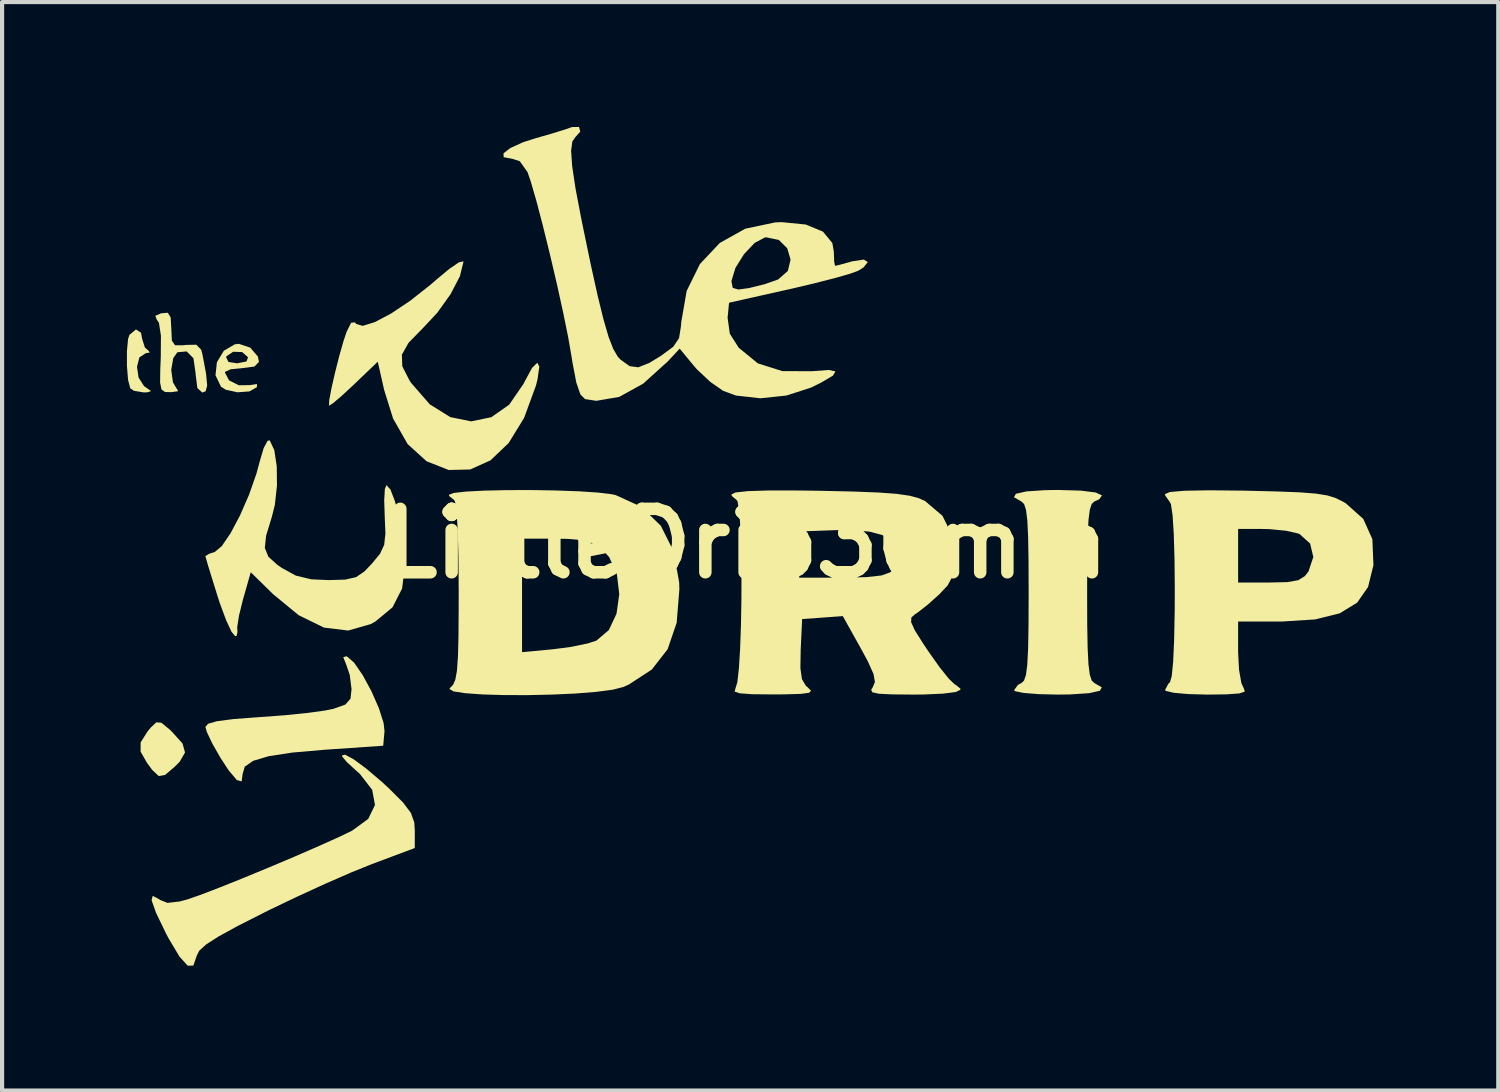
<source format=kicad_pcb>
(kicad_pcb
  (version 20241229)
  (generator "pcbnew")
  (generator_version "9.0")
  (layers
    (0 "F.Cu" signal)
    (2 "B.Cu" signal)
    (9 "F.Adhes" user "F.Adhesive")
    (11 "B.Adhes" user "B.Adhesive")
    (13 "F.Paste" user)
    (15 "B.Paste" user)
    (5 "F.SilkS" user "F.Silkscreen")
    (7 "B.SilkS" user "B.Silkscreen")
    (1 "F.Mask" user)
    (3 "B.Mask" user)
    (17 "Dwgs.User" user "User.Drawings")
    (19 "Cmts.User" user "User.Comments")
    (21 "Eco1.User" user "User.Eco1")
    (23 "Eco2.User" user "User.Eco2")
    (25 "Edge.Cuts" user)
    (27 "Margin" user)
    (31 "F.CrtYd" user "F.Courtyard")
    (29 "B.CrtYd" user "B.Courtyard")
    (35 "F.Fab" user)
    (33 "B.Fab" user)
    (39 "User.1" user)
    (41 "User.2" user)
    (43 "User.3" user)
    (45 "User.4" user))
  (footprint "LittleDrip30mm"
    (layer "F.Cu")
    (at 14.878 10.011)
    (property "Reference" "LittleDrip30mm" (at 0 0 0) (layer "F.SilkS") (effects (font (size 1.524 1.524) (thickness 0.3))))
    (attr board_only exclude_from_pos_files exclude_from_bom)
    (fp_poly (pts (xy -14.05 4.305) (xy -13.858 4.463) (xy -13.792 4.526) (xy -13.542 4.804) (xy -13.482 5.02) (xy -13.609 5.24) (xy -13.732 5.364) (xy -13.959 5.558) (xy -14.113 5.587) (xy -14.271 5.439) (xy -14.397 5.268) (xy -14.55 4.999) (xy -14.548 4.776) (xy -14.38 4.511) (xy -14.301 4.416) (xy -14.172 4.295)) (stroke (width 0) (type solid)) (fill yes) (layer "F.SilkS"))
    (fp_poly (pts (xy -14.54 -5.066) (xy -14.514 -4.926) (xy -14.447 -4.711) (xy -14.368 -4.642) (xy -14.327 -4.591) (xy -14.426 -4.574) (xy -14.579 -4.473) (xy -14.636 -4.248) (xy -14.598 -3.988) (xy -14.466 -3.782) (xy -14.426 -3.755) (xy -14.298 -3.664) (xy -14.381 -3.635) (xy -14.478 -3.632) (xy -14.71 -3.671) (xy -14.799 -3.732) (xy -14.851 -3.935) (xy -14.878 -4.266) (xy -14.878 -4.627) (xy -14.85 -4.917) (xy -14.818 -5.015) (xy -14.661 -5.145)) (stroke (width 0) (type solid)) (fill yes) (layer "F.SilkS"))
    (fp_poly (pts (xy -11.915 -4.708) (xy -11.732 -4.494) (xy -11.705 -4.366) (xy -11.813 -4.254) (xy -12.113 -4.214) (xy -12.115 -4.214) (xy -12.386 -4.188) (xy -12.521 -4.125) (xy -12.524 -4.111) (xy -12.424 -3.921) (xy -12.191 -3.804) (xy -11.93 -3.807) (xy -11.752 -3.834) (xy -11.756 -3.758) (xy -11.935 -3.656) (xy -12.221 -3.635) (xy -12.501 -3.695) (xy -12.618 -3.769) (xy -12.75 -4.043) (xy -12.716 -4.358) (xy -12.644 -4.477) (xy -12.495 -4.477) (xy -12.438 -4.363) (xy -12.232 -4.331) (xy -12.004 -4.376) (xy -11.968 -4.477) (xy -12.109 -4.601) (xy -12.324 -4.609) (xy -12.484 -4.503) (xy -12.495 -4.477) (xy -12.644 -4.477) (xy -12.55 -4.633) (xy -12.286 -4.788) (xy -12.188 -4.799)) (stroke (width 0) (type solid)) (fill yes) (layer "F.SilkS"))
    (fp_poly (pts (xy -9.588 2.715) (xy -9.419 2.862) (xy -9.212 3.163) (xy -9.002 3.55) (xy -8.824 3.956) (xy -8.711 4.311) (xy -8.689 4.506) (xy -8.72 4.858) (xy -10.125 4.954) (xy -10.905 5.022) (xy -11.471 5.109) (xy -11.845 5.22) (xy -12.047 5.361) (xy -12.098 5.536) (xy -12.122 5.715) (xy -12.237 5.683) (xy -12.437 5.445) (xy -12.631 5.148) (xy -12.827 4.805) (xy -12.958 4.527) (xy -12.993 4.405) (xy -12.927 4.329) (xy -12.711 4.268) (xy -12.318 4.217) (xy -11.719 4.172) (xy -11.676 4.169) (xy -11.094 4.126) (xy -10.555 4.071) (xy -10.126 4.013) (xy -9.92 3.972) (xy -9.63 3.869) (xy -9.506 3.727) (xy -9.481 3.499) (xy -9.524 3.156) (xy -9.61 2.905) (xy -9.68 2.731) (xy -9.608 2.709)) (stroke (width 0) (type solid)) (fill yes) (layer "F.SilkS"))
    (fp_poly (pts (xy -13.827 -5.435) (xy -13.812 -5.16) (xy -13.798 -4.875) (xy -13.721 -4.764) (xy -13.525 -4.765) (xy -13.466 -4.773) (xy -13.211 -4.778) (xy -13.094 -4.658) (xy -13.064 -4.548) (xy -12.976 -4.079) (xy -12.95 -3.797) (xy -12.986 -3.66) (xy -13.067 -3.629) (xy -13.185 -3.735) (xy -13.227 -4.058) (xy -13.227 -4.084) (xy -13.28 -4.453) (xy -13.443 -4.617) (xy -13.666 -4.597) (xy -13.765 -4.456) (xy -13.812 -4.184) (xy -13.812 -4.155) (xy -13.772 -3.873) (xy -13.676 -3.711) (xy -13.666 -3.706) (xy -13.651 -3.66) (xy -13.812 -3.638) (xy -13.963 -3.642) (xy -14.048 -3.703) (xy -14.081 -3.868) (xy -14.077 -4.189) (xy -14.065 -4.464) (xy -14.061 -4.993) (xy -14.109 -5.305) (xy -14.163 -5.384) (xy -14.196 -5.472) (xy -14.056 -5.533) (xy -13.896 -5.546)) (stroke (width 0) (type solid)) (fill yes) (layer "F.SilkS"))
    (fp_poly (pts (xy 8.044 -1.272) (xy 8.401 -1.227) (xy 8.551 -1.156) (xy 8.483 -1.063) (xy 8.369 -1.011) (xy 8.305 -0.953) (xy 8.259 -0.816) (xy 8.227 -0.568) (xy 8.207 -0.179) (xy 8.196 0.382) (xy 8.194 1.146) (xy 8.194 1.171) (xy 8.196 1.94) (xy 8.206 2.506) (xy 8.226 2.9) (xy 8.258 3.152) (xy 8.304 3.292) (xy 8.367 3.351) (xy 8.369 3.352) (xy 8.546 3.455) (xy 8.5 3.537) (xy 8.243 3.595) (xy 7.783 3.625) (xy 7.491 3.629) (xy 7.027 3.618) (xy 6.668 3.589) (xy 6.464 3.547) (xy 6.438 3.524) (xy 6.531 3.396) (xy 6.613 3.352) (xy 6.677 3.294) (xy 6.724 3.157) (xy 6.756 2.909) (xy 6.776 2.52) (xy 6.786 1.959) (xy 6.789 1.195) (xy 6.789 1.171) (xy 6.786 0.401) (xy 6.776 -0.165) (xy 6.757 -0.559) (xy 6.725 -0.811) (xy 6.679 -0.951) (xy 6.615 -1.01) (xy 6.613 -1.011) (xy 6.436 -1.114) (xy 6.482 -1.196) (xy 6.74 -1.254) (xy 7.199 -1.284) (xy 7.491 -1.288)) (stroke (width 0) (type solid)) (fill yes) (layer "F.SilkS"))
    (fp_poly (pts (xy -9.425 5.187) (xy -9.115 5.417) (xy -8.741 5.736) (xy -8.577 5.888) (xy -8.244 6.221) (xy -8.056 6.47) (xy -7.974 6.698) (xy -7.961 6.894) (xy -7.962 7.316) (xy -8.985 7.699) (xy -9.479 7.898) (xy -10.107 8.172) (xy -10.794 8.487) (xy -11.466 8.809) (xy -11.588 8.87) (xy -12.226 9.194) (xy -12.678 9.442) (xy -12.973 9.631) (xy -13.139 9.781) (xy -13.204 9.909) (xy -13.206 9.92) (xy -13.282 10.141) (xy -13.418 10.143) (xy -13.617 9.923) (xy -13.88 9.481) (xy -13.941 9.365) (xy -14.179 8.872) (xy -14.285 8.572) (xy -14.259 8.464) (xy -14.101 8.548) (xy -14.082 8.563) (xy -13.902 8.634) (xy -13.61 8.6) (xy -13.428 8.551) (xy -13.124 8.446) (xy -12.66 8.268) (xy -12.086 8.038) (xy -11.456 7.778) (xy -10.822 7.51) (xy -10.237 7.255) (xy -9.753 7.037) (xy -9.466 6.898) (xy -9.079 6.614) (xy -8.918 6.282) (xy -8.985 5.917) (xy -9.28 5.536) (xy -9.37 5.456) (xy -9.592 5.253) (xy -9.709 5.113) (xy -9.715 5.095) (xy -9.637 5.072)) (stroke (width 0) (type solid)) (fill yes) (layer "F.SilkS"))
    (fp_poly (pts (xy -6.792 -6.769) (xy -6.878 -6.422) (xy -7.102 -5.992) (xy -7.421 -5.546) (xy -7.766 -5.177) (xy -8.111 -4.825) (xy -8.272 -4.538) (xy -8.261 -4.258) (xy -8.091 -3.924) (xy -8.044 -3.854) (xy -7.6 -3.345) (xy -7.11 -3.039) (xy -6.607 -2.936) (xy -6.124 -3.036) (xy -5.693 -3.337) (xy -5.347 -3.841) (xy -5.329 -3.879) (xy -5.143 -4.222) (xy -5.018 -4.345) (xy -4.969 -4.251) (xy -5.012 -3.946) (xy -5.051 -3.793) (xy -5.335 -3.019) (xy -5.705 -2.417) (xy -6.142 -2) (xy -6.629 -1.78) (xy -7.148 -1.768) (xy -7.679 -1.978) (xy -8.133 -2.39) (xy -8.483 -3.004) (xy -8.697 -3.689) (xy -8.851 -4.37) (xy -9.421 -3.824) (xy -9.711 -3.555) (xy -9.927 -3.372) (xy -10.023 -3.312) (xy -10.023 -3.312) (xy -10.018 -3.438) (xy -9.965 -3.723) (xy -9.879 -4.101) (xy -9.777 -4.505) (xy -9.673 -4.869) (xy -9.6 -5.088) (xy -9.49 -5.307) (xy -9.398 -5.314) (xy -9.371 -5.278) (xy -9.214 -5.231) (xy -8.921 -5.321) (xy -8.527 -5.53) (xy -8.068 -5.837) (xy -7.58 -6.222) (xy -7.439 -6.345) (xy -7.131 -6.601) (xy -6.903 -6.756) (xy -6.795 -6.782)) (stroke (width 0) (type solid)) (fill yes) (layer "F.SilkS"))
    (fp_poly (pts (xy -11.337 -2.244) (xy -11.278 -1.855) (xy -11.273 -1.39) (xy -11.324 -0.927) (xy -11.398 -0.634) (xy -11.534 -0.19) (xy -11.565 0.105) (xy -11.479 0.317) (xy -11.262 0.512) (xy -11.157 0.585) (xy -10.818 0.771) (xy -10.448 0.859) (xy -10.036 0.878) (xy -9.632 0.866) (xy -9.373 0.807) (xy -9.169 0.668) (xy -8.991 0.481) (xy -8.797 0.245) (xy -8.697 0.032) (xy -8.667 -0.241) (xy -8.684 -0.66) (xy -8.696 -1.042) (xy -8.68 -1.311) (xy -8.643 -1.405) (xy -8.546 -1.298) (xy -8.439 -1.019) (xy -8.336 -0.627) (xy -8.253 -0.183) (xy -8.202 0.253) (xy -8.194 0.474) (xy -8.265 1.078) (xy -8.496 1.531) (xy -8.908 1.873) (xy -9.017 1.934) (xy -9.562 2.09) (xy -10.143 2.019) (xy -10.751 1.722) (xy -11.365 1.217) (xy -11.903 0.689) (xy -12.093 1.357) (xy -12.185 1.73) (xy -12.229 2.013) (xy -12.221 2.124) (xy -12.244 2.219) (xy -12.278 2.224) (xy -12.365 2.12) (xy -12.494 1.843) (xy -12.641 1.446) (xy -12.695 1.282) (xy -12.83 0.848) (xy -12.934 0.51) (xy -12.988 0.321) (xy -12.993 0.3) (xy -12.897 0.243) (xy -12.771 0.204) (xy -12.6 0.063) (xy -12.388 -0.248) (xy -12.16 -0.678) (xy -11.944 -1.173) (xy -11.766 -1.681) (xy -11.686 -1.977) (xy -11.593 -2.292) (xy -11.499 -2.469) (xy -11.447 -2.481)) (stroke (width 0) (type solid)) (fill yes) (layer "F.SilkS"))
    (fp_poly (pts (xy -4.575 -1.276) (xy -4.022 -1.256) (xy -3.555 -1.225) (xy -3.22 -1.184) (xy -3.135 -1.165) (xy -2.518 -0.883) (xy -2.05 -0.428) (xy -1.744 0.183) (xy -1.609 0.931) (xy -1.604 1.102) (xy -1.669 1.904) (xy -1.886 2.539) (xy -2.266 3.027) (xy -2.822 3.389) (xy -2.952 3.447) (xy -3.208 3.512) (xy -3.607 3.564) (xy -4.108 3.604) (xy -4.672 3.629) (xy -5.259 3.642) (xy -5.828 3.64) (xy -6.34 3.625) (xy -6.754 3.595) (xy -7.031 3.552) (xy -7.13 3.493) (xy -7.111 3.466) (xy -7.038 3.389) (xy -6.985 3.262) (xy -6.948 3.052) (xy -6.925 2.726) (xy -6.921 2.609) (xy -5.384 2.609) (xy -4.643 2.54) (xy -4.197 2.481) (xy -3.804 2.399) (xy -3.597 2.332) (xy -3.299 2.079) (xy -3.114 1.685) (xy -3.048 1.218) (xy -3.104 0.744) (xy -3.287 0.331) (xy -3.448 0.15) (xy -3.662 0.001) (xy -3.917 -0.08) (xy -4.288 -0.113) (xy -4.572 -0.117) (xy -5.384 -0.117) (xy -5.384 2.609) (xy -6.921 2.609) (xy -6.912 2.251) (xy -6.907 1.594) (xy -6.906 1.128) (xy -6.912 0.305) (xy -6.93 -0.337) (xy -6.959 -0.784) (xy -6.998 -1.019) (xy -7.023 -1.053) (xy -7.137 -1.143) (xy -7.14 -1.171) (xy -7.031 -1.215) (xy -6.733 -1.249) (xy -6.293 -1.272) (xy -5.757 -1.284) (xy -5.169 -1.286)) (stroke (width 0) (type solid)) (fill yes) (layer "F.SilkS"))
    (fp_poly (pts (xy 11.929 -1.272) (xy 12.027 -1.27) (xy 12.76 -1.252) (xy 13.299 -1.231) (xy 13.687 -1.201) (xy 13.963 -1.157) (xy 14.169 -1.093) (xy 14.345 -1.005) (xy 14.413 -0.965) (xy 14.83 -0.591) (xy 15.048 -0.105) (xy 15.073 0.507) (xy 15.07 0.533) (xy 14.944 1.044) (xy 14.682 1.42) (xy 14.264 1.676) (xy 13.67 1.823) (xy 12.88 1.873) (xy 12.821 1.873) (xy 11.822 1.873) (xy 11.822 2.61) (xy 11.844 3.034) (xy 11.901 3.356) (xy 11.963 3.488) (xy 11.982 3.557) (xy 11.853 3.601) (xy 11.546 3.623) (xy 11.085 3.629) (xy 10.629 3.617) (xy 10.279 3.586) (xy 10.087 3.541) (xy 10.066 3.518) (xy 10.151 3.36) (xy 10.183 3.336) (xy 10.226 3.194) (xy 10.261 2.843) (xy 10.285 2.308) (xy 10.298 1.614) (xy 10.3 1.171) (xy 10.299 0.936) (xy 11.822 0.936) (xy 12.58 0.936) (xy 13.007 0.926) (xy 13.266 0.881) (xy 13.424 0.783) (xy 13.513 0.67) (xy 13.629 0.323) (xy 13.552 -0.000066) (xy 13.302 -0.226) (xy 13.262 -0.243) (xy 12.973 -0.308) (xy 12.576 -0.347) (xy 12.4 -0.351) (xy 11.822 -0.351) (xy 11.822 0.936) (xy 10.299 0.936) (xy 10.294 0.399) (xy 10.276 -0.227) (xy 10.247 -0.683) (xy 10.208 -0.944) (xy 10.183 -0.995) (xy 10.071 -1.154) (xy 10.066 -1.189) (xy 10.183 -1.239) (xy 10.532 -1.269) (xy 11.114 -1.28)) (stroke (width 0) (type solid)) (fill yes) (layer "F.SilkS"))
    (fp_poly (pts (xy 1.271 -1.275) (xy 1.785 -1.268) (xy 2.58 -1.25) (xy 3.178 -1.227) (xy 3.614 -1.195) (xy 3.926 -1.15) (xy 4.149 -1.09) (xy 4.3 -1.022) (xy 4.718 -0.667) (xy 4.966 -0.163) (xy 5.033 0.357) (xy 4.995 0.721) (xy 4.843 1.005) (xy 4.65 1.211) (xy 4.368 1.465) (xy 4.122 1.658) (xy 4.061 1.697) (xy 3.972 1.773) (xy 3.964 1.887) (xy 4.053 2.084) (xy 4.256 2.406) (xy 4.389 2.604) (xy 4.649 2.971) (xy 4.87 3.247) (xy 5.014 3.386) (xy 5.036 3.394) (xy 5.147 3.484) (xy 5.15 3.512) (xy 5.039 3.567) (xy 4.73 3.606) (xy 4.257 3.627) (xy 4.024 3.629) (xy 3.506 3.624) (xy 3.187 3.608) (xy 3.032 3.573) (xy 3.005 3.513) (xy 3.041 3.456) (xy 3.095 3.327) (xy 3.061 3.134) (xy 2.924 2.829) (xy 2.753 2.513) (xy 2.323 1.743) (xy 1.834 1.779) (xy 1.346 1.814) (xy 1.311 2.558) (xy 1.304 2.992) (xy 1.341 3.257) (xy 1.435 3.417) (xy 1.486 3.461) (xy 1.56 3.537) (xy 1.514 3.585) (xy 1.318 3.612) (xy 0.938 3.623) (xy 0.65 3.625) (xy 0.146 3.62) (xy -0.154 3.598) (xy -0.278 3.555) (xy -0.258 3.488) (xy -0.211 3.332) (xy -0.173 2.996) (xy -0.144 2.521) (xy -0.124 1.953) (xy -0.113 1.333) (xy -0.112 0.819) (xy 1.275 0.819) (xy 2.32 0.819) (xy 2.884 0.807) (xy 3.251 0.767) (xy 3.458 0.693) (xy 3.506 0.65) (xy 3.614 0.36) (xy 3.538 0.051) (xy 3.302 -0.189) (xy 3.277 -0.203) (xy 2.971 -0.286) (xy 2.504 -0.325) (xy 2.165 -0.323) (xy 1.346 -0.293) (xy 1.275 0.819) (xy -0.112 0.819) (xy -0.112 0.705) (xy -0.12 0.114) (xy -0.139 -0.399) (xy -0.167 -0.79) (xy -0.207 -1.016) (xy -0.234 -1.053) (xy -0.346 -1.144) (xy -0.351 -1.18) (xy -0.255 -1.228) (xy 0.042 -1.26) (xy 0.547 -1.276)) (stroke (width 0) (type solid)) (fill yes) (layer "F.SilkS"))
    (fp_poly (pts (xy -3.985 -9.897) (xy -4.097 -9.774) (xy -4.176 -9.662) (xy -4.205 -9.437) (xy -4.18 -9.073) (xy -4.101 -8.542) (xy -3.963 -7.817) (xy -3.93 -7.654) (xy -3.732 -6.7) (xy -3.566 -5.951) (xy -3.426 -5.382) (xy -3.305 -4.967) (xy -3.194 -4.68) (xy -3.087 -4.495) (xy -3.017 -4.419) (xy -2.799 -4.263) (xy -2.592 -4.235) (xy -2.325 -4.341) (xy -2.042 -4.514) (xy -1.752 -4.728) (xy -1.612 -4.935) (xy -1.564 -5.233) (xy -1.56 -5.314) (xy -1.428 -6.072) (xy -1.32 -6.29) (xy -0.351 -6.29) (xy -0.321 -6.143) (xy -0.187 -6.104) (xy 0.069 -6.139) (xy 0.441 -6.231) (xy 0.762 -6.343) (xy 0.771 -6.347) (xy 1.003 -6.551) (xy 1.068 -6.824) (xy 0.988 -7.095) (xy 0.785 -7.296) (xy 0.481 -7.358) (xy 0.449 -7.354) (xy 0.206 -7.225) (xy -0.05 -6.955) (xy -0.256 -6.626) (xy -0.35 -6.318) (xy -0.351 -6.29) (xy -1.32 -6.29) (xy -1.11 -6.717) (xy -0.633 -7.223) (xy -0.022 -7.565) (xy 0.696 -7.717) (xy 0.854 -7.723) (xy 1.435 -7.666) (xy 1.847 -7.495) (xy 2.071 -7.222) (xy 2.107 -7.02) (xy 2.116 -6.775) (xy 2.137 -6.672) (xy 2.137 -6.672) (xy 2.258 -6.701) (xy 2.512 -6.771) (xy 2.547 -6.781) (xy 2.827 -6.824) (xy 2.924 -6.764) (xy 2.819 -6.633) (xy 2.692 -6.555) (xy 2.491 -6.482) (xy 2.114 -6.374) (xy 1.615 -6.247) (xy 1.046 -6.113) (xy 1.024 -6.109) (xy -0.41 -5.787) (xy -0.445 -5.427) (xy -0.392 -5.043) (xy -0.178 -4.706) (xy 0.282 -4.33) (xy 0.872 -4.143) (xy 1.599 -4.142) (xy 1.604 -4.143) (xy 1.986 -4.171) (xy 2.147 -4.136) (xy 2.086 -4.035) (xy 1.802 -3.867) (xy 1.562 -3.749) (xy 0.971 -3.557) (xy 0.342 -3.491) (xy -0.24 -3.556) (xy -0.551 -3.669) (xy -0.86 -3.884) (xy -1.18 -4.184) (xy -1.256 -4.271) (xy -1.596 -4.684) (xy -1.881 -4.378) (xy -2.474 -3.842) (xy -3.05 -3.524) (xy -3.599 -3.43) (xy -3.869 -3.471) (xy -3.982 -3.583) (xy -4.081 -3.872) (xy -4.175 -4.364) (xy -4.193 -4.481) (xy -4.274 -4.948) (xy -4.396 -5.55) (xy -4.546 -6.232) (xy -4.712 -6.941) (xy -4.88 -7.623) (xy -5.037 -8.224) (xy -5.172 -8.691) (xy -5.252 -8.925) (xy -5.44 -9.188) (xy -5.625 -9.247) (xy -5.825 -9.283) (xy -5.83 -9.377) (xy -5.666 -9.504) (xy -5.36 -9.643) (xy -5.082 -9.732) (xy -4.677 -9.849) (xy -4.341 -9.953) (xy -4.185 -10.008) (xy -4.015 -10.011)) (stroke (width 0) (type solid)) (fill yes) (layer "F.SilkS")))
  (gr_rect
    (start -3 -3)
    (end 32.951 23.154)
    (stroke (width 0.1) (type default))
    (fill no)
    (layer "Edge.Cuts")))
</source>
